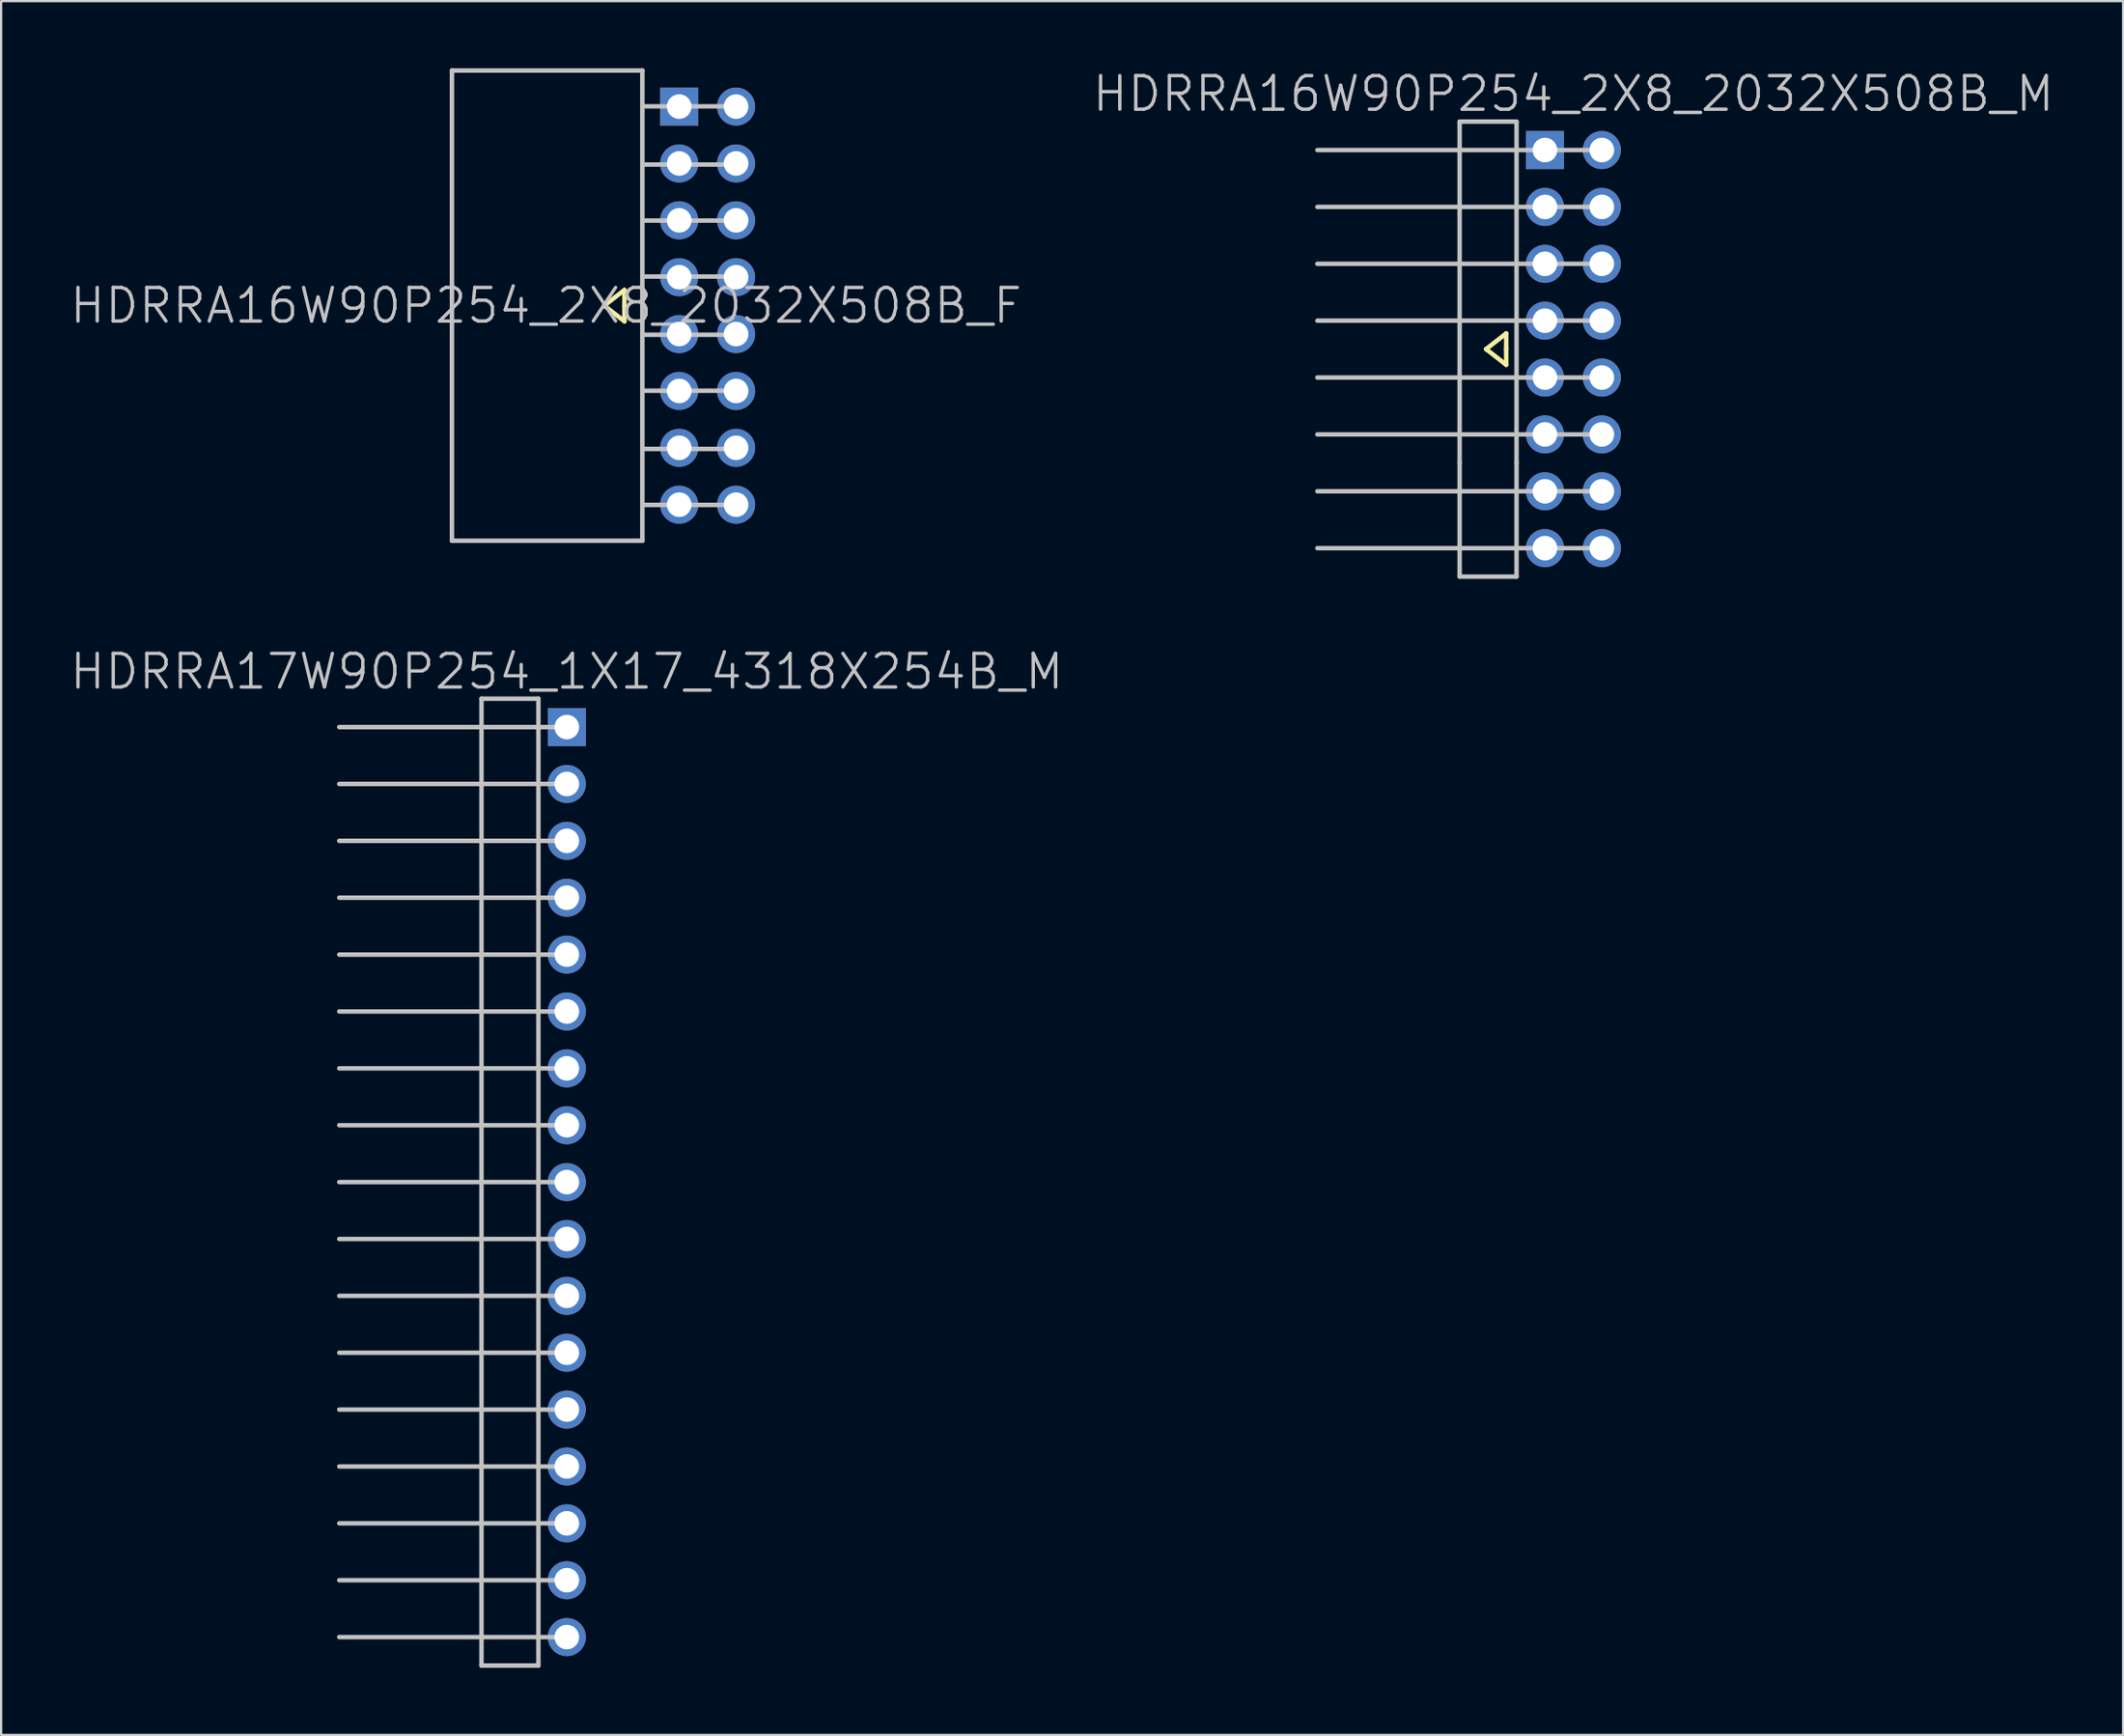
<source format=kicad_pcb>
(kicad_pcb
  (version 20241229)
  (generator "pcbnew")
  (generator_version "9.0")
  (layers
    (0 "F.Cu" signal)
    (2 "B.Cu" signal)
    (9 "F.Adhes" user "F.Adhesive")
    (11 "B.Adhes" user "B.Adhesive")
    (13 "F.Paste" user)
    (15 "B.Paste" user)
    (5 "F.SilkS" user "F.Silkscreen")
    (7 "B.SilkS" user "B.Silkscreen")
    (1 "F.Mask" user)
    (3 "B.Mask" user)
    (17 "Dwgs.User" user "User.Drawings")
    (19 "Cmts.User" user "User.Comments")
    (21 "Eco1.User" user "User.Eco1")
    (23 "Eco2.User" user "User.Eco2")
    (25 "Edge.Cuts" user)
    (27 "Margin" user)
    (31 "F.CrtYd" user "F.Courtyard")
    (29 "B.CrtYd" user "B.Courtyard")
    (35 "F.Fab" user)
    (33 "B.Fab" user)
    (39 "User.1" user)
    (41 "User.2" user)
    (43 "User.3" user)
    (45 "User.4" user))
  (footprint "HDRRA16W90P254_2X8_2032X508B_M"
    (layer "F.Cu")
    (at 67.189 12.541)
    (property "Reference" "HDRRA16W90P254_2X8_2032X508B_M" (at 0 -11.4 180) (layer "Dwgs.User") (effects (font (size 1.5 1.5) (thickness 0.15))))
    (attr through_hole)
    (fp_line (start -3.9 0) (end -3 0.7) (stroke (width 0.2) (type solid)) (layer "F.SilkS"))
    (fp_line (start -3 -0.7) (end -3.9 0) (stroke (width 0.2) (type solid)) (layer "F.SilkS"))
    (fp_line (start -3 0) (end -3 -0.7) (stroke (width 0.2) (type solid)) (layer "F.SilkS"))
    (fp_line (start -3 0.7) (end -3 0) (stroke (width 0.2) (type solid)) (layer "F.SilkS"))
    (fp_line (start -11.43 -3.81) (end 1.27 -3.81) (stroke (width 0.2) (type solid)) (layer "Dwgs.User"))
    (fp_line (start -5.08 -10.16) (end -2.54 -10.16) (stroke (width 0.2) (type solid)) (layer "Dwgs.User"))
    (fp_line (start -5.08 5.08) (end -5.08 -10.16) (stroke (width 0.2) (type solid)) (layer "Dwgs.User"))
    (fp_line (start -5.08 10.16) (end -5.08 5.08) (stroke (width 0.2) (type solid)) (layer "Dwgs.User"))
    (fp_line (start -2.54 -10.16) (end -2.54 5.08) (stroke (width 0.2) (type solid)) (layer "Dwgs.User"))
    (fp_line (start -2.54 5.08) (end -2.54 10.16) (stroke (width 0.2) (type solid)) (layer "Dwgs.User"))
    (fp_line (start -2.54 10.16) (end -5.08 10.16) (stroke (width 0.2) (type solid)) (layer "Dwgs.User"))
    (fp_line (start 1.27 -8.89) (end -11.43 -8.89) (stroke (width 0.2) (type solid)) (layer "Dwgs.User"))
    (fp_line (start 1.27 -6.35) (end -11.43 -6.35) (stroke (width 0.2) (type solid)) (layer "Dwgs.User"))
    (fp_line (start 1.27 -1.27) (end -11.43 -1.27) (stroke (width 0.2) (type solid)) (layer "Dwgs.User"))
    (fp_line (start 1.27 1.27) (end -11.43 1.27) (stroke (width 0.2) (type solid)) (layer "Dwgs.User"))
    (fp_line (start 1.27 3.81) (end -11.43 3.81) (stroke (width 0.2) (type solid)) (layer "Dwgs.User"))
    (fp_line (start 1.27 6.35) (end -11.43 6.35) (stroke (width 0.2) (type solid)) (layer "Dwgs.User"))
    (fp_line (start 1.27 8.89) (end -11.43 8.89) (stroke (width 0.2) (type solid)) (layer "Dwgs.User"))
    (pad "1" thru_hole rect (at -1.27 -8.89) (size 1.7 1.7) (drill 1.1) (layers "*.Cu" "*.Mask"))
    (pad "2" thru_hole circle (at 1.27 -8.89 270) (size 1.7 1.7) (drill 1.1) (layers "*.Cu" "*.Mask"))
    (pad "3" thru_hole circle (at -1.27 -6.35 270) (size 1.7 1.7) (drill 1.1) (layers "*.Cu" "*.Mask"))
    (pad "4" thru_hole circle (at 1.27 -6.35 270) (size 1.7 1.7) (drill 1.1) (layers "*.Cu" "*.Mask"))
    (pad "5" thru_hole circle (at -1.27 -3.81 270) (size 1.7 1.7) (drill 1.1) (layers "*.Cu" "*.Mask"))
    (pad "6" thru_hole circle (at 1.27 -3.81 270) (size 1.7 1.7) (drill 1.1) (layers "*.Cu" "*.Mask"))
    (pad "7" thru_hole circle (at -1.27 -1.27 270) (size 1.7 1.7) (drill 1.1) (layers "*.Cu" "*.Mask"))
    (pad "8" thru_hole circle (at 1.27 -1.27 270) (size 1.7 1.7) (drill 1.1) (layers "*.Cu" "*.Mask"))
    (pad "9" thru_hole circle (at -1.27 1.27 270) (size 1.7 1.7) (drill 1.1) (layers "*.Cu" "*.Mask"))
    (pad "10" thru_hole circle (at 1.27 1.27 270) (size 1.7 1.7) (drill 1.1) (layers "*.Cu" "*.Mask"))
    (pad "11" thru_hole circle (at -1.27 3.81 270) (size 1.7 1.7) (drill 1.1) (layers "*.Cu" "*.Mask"))
    (pad "12" thru_hole circle (at 1.27 3.81 270) (size 1.7 1.7) (drill 1.1) (layers "*.Cu" "*.Mask"))
    (pad "13" thru_hole circle (at -1.27 6.35 270) (size 1.7 1.7) (drill 1.1) (layers "*.Cu" "*.Mask"))
    (pad "14" thru_hole circle (at 1.27 6.35 270) (size 1.7 1.7) (drill 1.1) (layers "*.Cu" "*.Mask"))
    (pad "15" thru_hole circle (at -1.27 8.89 270) (size 1.7 1.7) (drill 1.1) (layers "*.Cu" "*.Mask"))
    (pad "16" thru_hole circle (at 1.27 8.89 270) (size 1.7 1.7) (drill 1.1) (layers "*.Cu" "*.Mask")))
  (footprint "HDRRA16W90P254_2X8_2032X508B_F"
    (layer "F.Cu")
    (at 23.625 10.6)
    (property "Reference" "HDRRA16W90P254_2X8_2032X508B_F" (at -2.3 0 180) (layer "Dwgs.User") (effects (font (size 1.5 1.5) (thickness 0.15))))
    (attr through_hole)
    (fp_line (start 0.3 0) (end 1.2 0.7) (stroke (width 0.2) (type solid)) (layer "F.SilkS"))
    (fp_line (start 1.2 -0.7) (end 0.3 0) (stroke (width 0.2) (type solid)) (layer "F.SilkS"))
    (fp_line (start 1.2 0) (end 1.2 -0.7) (stroke (width 0.2) (type solid)) (layer "F.SilkS"))
    (fp_line (start 1.2 0.7) (end 1.2 0) (stroke (width 0.2) (type solid)) (layer "F.SilkS"))
    (fp_line (start -6.5 -10.5) (end -6.5 10.5) (stroke (width 0.2) (type solid)) (layer "Dwgs.User"))
    (fp_line (start 2 -10.5) (end -6.5 -10.5) (stroke (width 0.2) (type solid)) (layer "Dwgs.User"))
    (fp_line (start 2 -10.5) (end 2 10.5) (stroke (width 0.2) (type solid)) (layer "Dwgs.User"))
    (fp_line (start 2 10.5) (end -6.5 10.5) (stroke (width 0.2) (type solid)) (layer "Dwgs.User"))
    (fp_line (start 6.2 -8.9) (end 2 -8.9) (stroke (width 0.2) (type solid)) (layer "Dwgs.User"))
    (fp_line (start 6.2 -6.3) (end 2 -6.3) (stroke (width 0.2) (type solid)) (layer "Dwgs.User"))
    (fp_line (start 6.2 -3.8) (end 2 -3.8) (stroke (width 0.2) (type solid)) (layer "Dwgs.User"))
    (fp_line (start 6.2 -1.3) (end 2 -1.3) (stroke (width 0.2) (type solid)) (layer "Dwgs.User"))
    (fp_line (start 6.2 1.3) (end 2 1.3) (stroke (width 0.2) (type solid)) (layer "Dwgs.User"))
    (fp_line (start 6.2 3.8) (end 2 3.8) (stroke (width 0.2) (type solid)) (layer "Dwgs.User"))
    (fp_line (start 6.2 6.4) (end 2 6.4) (stroke (width 0.2) (type solid)) (layer "Dwgs.User"))
    (fp_line (start 6.2 8.9) (end 2 8.9) (stroke (width 0.2) (type solid)) (layer "Dwgs.User"))
    (pad "1" thru_hole rect (at 3.645 -8.89) (size 1.7 1.7) (drill 1.1) (layers "*.Cu" "*.Mask"))
    (pad "2" thru_hole circle (at 6.185 -8.89 270) (size 1.7 1.7) (drill 1.1) (layers "*.Cu" "*.Mask"))
    (pad "3" thru_hole circle (at 3.645 -6.35 270) (size 1.7 1.7) (drill 1.1) (layers "*.Cu" "*.Mask"))
    (pad "4" thru_hole circle (at 6.185 -6.35 270) (size 1.7 1.7) (drill 1.1) (layers "*.Cu" "*.Mask"))
    (pad "5" thru_hole circle (at 3.645 -3.81 270) (size 1.7 1.7) (drill 1.1) (layers "*.Cu" "*.Mask"))
    (pad "6" thru_hole circle (at 6.185 -3.81 270) (size 1.7 1.7) (drill 1.1) (layers "*.Cu" "*.Mask"))
    (pad "7" thru_hole circle (at 3.645 -1.27 270) (size 1.7 1.7) (drill 1.1) (layers "*.Cu" "*.Mask"))
    (pad "8" thru_hole circle (at 6.185 -1.27 270) (size 1.7 1.7) (drill 1.1) (layers "*.Cu" "*.Mask"))
    (pad "9" thru_hole circle (at 3.645 1.27 270) (size 1.7 1.7) (drill 1.1) (layers "*.Cu" "*.Mask"))
    (pad "10" thru_hole circle (at 6.185 1.27 270) (size 1.7 1.7) (drill 1.1) (layers "*.Cu" "*.Mask"))
    (pad "11" thru_hole circle (at 3.645 3.81 270) (size 1.7 1.7) (drill 1.1) (layers "*.Cu" "*.Mask"))
    (pad "12" thru_hole circle (at 6.185 3.81 270) (size 1.7 1.7) (drill 1.1) (layers "*.Cu" "*.Mask"))
    (pad "13" thru_hole circle (at 3.645 6.35 270) (size 1.7 1.7) (drill 1.1) (layers "*.Cu" "*.Mask"))
    (pad "14" thru_hole circle (at 6.185 6.35 270) (size 1.7 1.7) (drill 1.1) (layers "*.Cu" "*.Mask"))
    (pad "15" thru_hole circle (at 3.645 8.89 270) (size 1.7 1.7) (drill 1.1) (layers "*.Cu" "*.Mask"))
    (pad "16" thru_hole circle (at 6.185 8.89 270) (size 1.7 1.7) (drill 1.1) (layers "*.Cu" "*.Mask")))
  (footprint "HDRRA17W90P254_1X17_4318X254B_M"
    (layer "F.Cu")
    (at 22.254 49.742)
    (property "Reference" "HDRRA17W90P254_1X17_4318X254B_M" (at 0 -22.8 180) (layer "Dwgs.User") (effects (font (size 1.5 1.5) (thickness 0.15))))
    (attr through_hole)
    (fp_line (start -10.16 -15.24) (end 0 -15.24) (stroke (width 0.2) (type solid)) (layer "Dwgs.User"))
    (fp_line (start -10.16 10.16) (end 0 10.16) (stroke (width 0.2) (type solid)) (layer "Dwgs.User"))
    (fp_line (start -3.81 -21.59) (end -1.27 -21.59) (stroke (width 0.2) (type solid)) (layer "Dwgs.User"))
    (fp_line (start -3.81 21.59) (end -3.81 -21.59) (stroke (width 0.2) (type solid)) (layer "Dwgs.User"))
    (fp_line (start -1.27 -21.59) (end -1.27 21.59) (stroke (width 0.2) (type solid)) (layer "Dwgs.User"))
    (fp_line (start -1.27 21.59) (end -3.81 21.59) (stroke (width 0.2) (type solid)) (layer "Dwgs.User"))
    (fp_line (start 0 -20.32) (end -10.16 -20.32) (stroke (width 0.2) (type solid)) (layer "Dwgs.User"))
    (fp_line (start 0 -17.78) (end -10.16 -17.78) (stroke (width 0.2) (type solid)) (layer "Dwgs.User"))
    (fp_line (start 0 -12.7) (end -10.16 -12.7) (stroke (width 0.2) (type solid)) (layer "Dwgs.User"))
    (fp_line (start 0 -10.16) (end -10.16 -10.16) (stroke (width 0.2) (type solid)) (layer "Dwgs.User"))
    (fp_line (start 0 -7.62) (end -10.16 -7.62) (stroke (width 0.2) (type solid)) (layer "Dwgs.User"))
    (fp_line (start 0 -5.08) (end -10.16 -5.08) (stroke (width 0.2) (type solid)) (layer "Dwgs.User"))
    (fp_line (start 0 -2.54) (end -10.16 -2.54) (stroke (width 0.2) (type solid)) (layer "Dwgs.User"))
    (fp_line (start 0 0) (end -10.16 0) (stroke (width 0.2) (type solid)) (layer "Dwgs.User"))
    (fp_line (start 0 2.54) (end -10.16 2.54) (stroke (width 0.2) (type solid)) (layer "Dwgs.User"))
    (fp_line (start 0 5.08) (end -10.16 5.08) (stroke (width 0.2) (type solid)) (layer "Dwgs.User"))
    (fp_line (start 0 7.62) (end -10.16 7.62) (stroke (width 0.2) (type solid)) (layer "Dwgs.User"))
    (fp_line (start 0 12.7) (end -10.16 12.7) (stroke (width 0.2) (type solid)) (layer "Dwgs.User"))
    (fp_line (start 0 15.24) (end -10.16 15.24) (stroke (width 0.2) (type solid)) (layer "Dwgs.User"))
    (fp_line (start 0 17.78) (end -10.16 17.78) (stroke (width 0.2) (type solid)) (layer "Dwgs.User"))
    (fp_line (start 0 20.32) (end -10.16 20.32) (stroke (width 0.2) (type solid)) (layer "Dwgs.User"))
    (pad "1" thru_hole rect (at 0 -20.32) (size 1.7 1.7) (drill 1.1) (layers "*.Cu" "*.Mask"))
    (pad "2" thru_hole circle (at 0 -17.78 270) (size 1.7 1.7) (drill 1.1) (layers "*.Cu" "*.Mask"))
    (pad "3" thru_hole circle (at 0 -15.24 270) (size 1.7 1.7) (drill 1.1) (layers "*.Cu" "*.Mask"))
    (pad "4" thru_hole circle (at 0 -12.7 270) (size 1.7 1.7) (drill 1.1) (layers "*.Cu" "*.Mask"))
    (pad "5" thru_hole circle (at 0 -10.16 270) (size 1.7 1.7) (drill 1.1) (layers "*.Cu" "*.Mask"))
    (pad "6" thru_hole circle (at 0 -7.62 270) (size 1.7 1.7) (drill 1.1) (layers "*.Cu" "*.Mask"))
    (pad "7" thru_hole circle (at 0 -5.08 270) (size 1.7 1.7) (drill 1.1) (layers "*.Cu" "*.Mask"))
    (pad "8" thru_hole circle (at 0 -2.54 270) (size 1.7 1.7) (drill 1.1) (layers "*.Cu" "*.Mask"))
    (pad "9" thru_hole circle (at 0 0 270) (size 1.7 1.7) (drill 1.1) (layers "*.Cu" "*.Mask"))
    (pad "10" thru_hole circle (at 0 2.54 270) (size 1.7 1.7) (drill 1.1) (layers "*.Cu" "*.Mask"))
    (pad "11" thru_hole circle (at 0 5.08 270) (size 1.7 1.7) (drill 1.1) (layers "*.Cu" "*.Mask"))
    (pad "12" thru_hole circle (at 0 7.62 270) (size 1.7 1.7) (drill 1.1) (layers "*.Cu" "*.Mask"))
    (pad "13" thru_hole circle (at 0 10.16 270) (size 1.7 1.7) (drill 1.1) (layers "*.Cu" "*.Mask"))
    (pad "14" thru_hole circle (at 0 12.7 270) (size 1.7 1.7) (drill 1.1) (layers "*.Cu" "*.Mask"))
    (pad "15" thru_hole circle (at 0 15.24 270) (size 1.7 1.7) (drill 1.1) (layers "*.Cu" "*.Mask"))
    (pad "16" thru_hole circle (at 0 17.78 270) (size 1.7 1.7) (drill 1.1) (layers "*.Cu" "*.Mask"))
    (pad "17" thru_hole circle (at 0 20.32 270) (size 1.7 1.7) (drill 1.1) (layers "*.Cu" "*.Mask")))
  (gr_rect
    (start -3 -3)
    (end 91.729 74.431)
    (stroke (width 0.1) (type default))
    (fill no)
    (layer "Edge.Cuts")))
</source>
